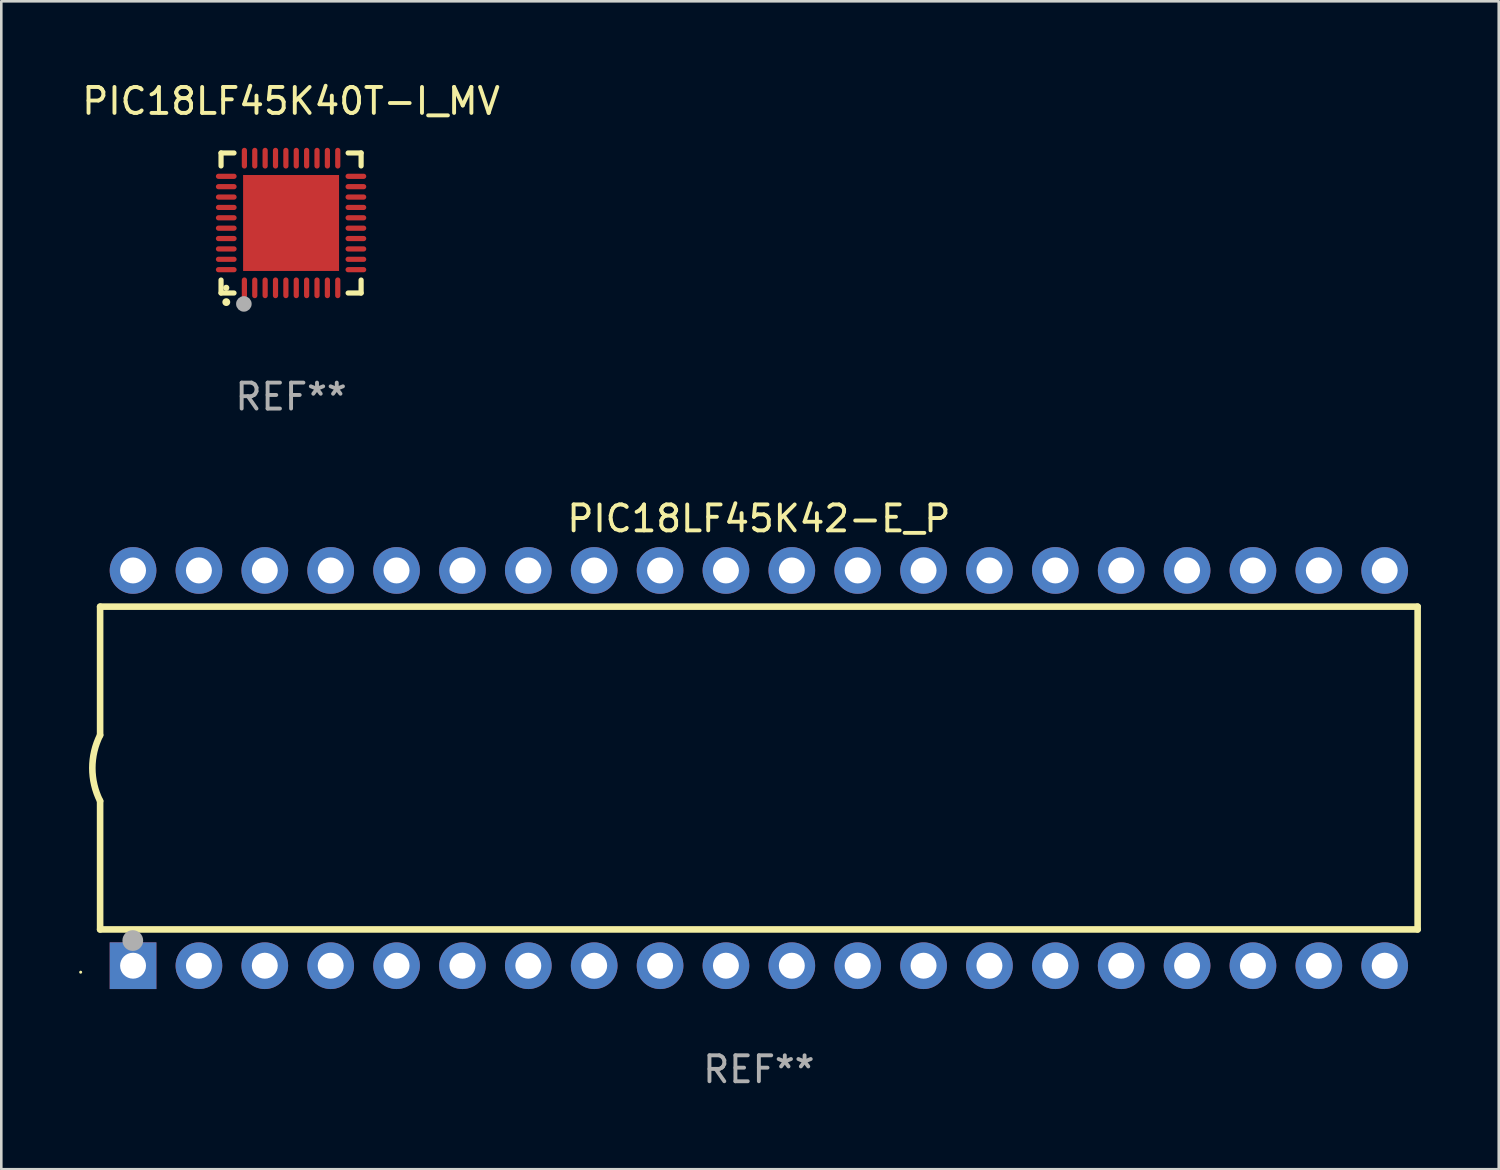
<source format=kicad_pcb>
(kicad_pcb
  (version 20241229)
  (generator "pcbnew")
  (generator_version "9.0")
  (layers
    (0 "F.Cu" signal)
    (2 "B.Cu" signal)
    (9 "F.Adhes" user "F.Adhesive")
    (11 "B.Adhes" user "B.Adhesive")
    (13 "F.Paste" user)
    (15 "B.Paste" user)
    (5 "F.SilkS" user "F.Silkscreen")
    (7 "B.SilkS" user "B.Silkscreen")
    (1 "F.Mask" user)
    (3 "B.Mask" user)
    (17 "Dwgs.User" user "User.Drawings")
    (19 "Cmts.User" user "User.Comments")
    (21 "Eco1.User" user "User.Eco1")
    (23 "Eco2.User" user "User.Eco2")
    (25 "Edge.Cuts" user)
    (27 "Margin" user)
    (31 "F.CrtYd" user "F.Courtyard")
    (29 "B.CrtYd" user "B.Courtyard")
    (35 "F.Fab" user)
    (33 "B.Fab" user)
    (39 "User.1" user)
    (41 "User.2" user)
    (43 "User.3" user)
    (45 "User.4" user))
  (footprint "PIC18LF45K42-E_P"
    (layer "F.Cu")
    (at 26.21 26.565)
    (property "Reference" "PIC18LF45K42-E_P" (at 0 -9.62 0) (layer "F.SilkS") (effects (font (size 1 1) (thickness 0.15))))
    (attr through_hole)
    (fp_line (start -25.4 -6.224) (end -25.4 -1.271) (stroke (width 0.254) (type solid)) (layer "F.SilkS"))
    (fp_line (start -25.4 -6.224) (end 25.4 -6.224) (stroke (width 0.254) (type solid)) (layer "F.SilkS"))
    (fp_line (start -25.4 1.269) (end -25.4 6.222) (stroke (width 0.254) (type solid)) (layer "F.SilkS"))
    (fp_line (start -25.4 6.222) (end 25.4 6.222) (stroke (width 0.254) (type solid)) (layer "F.SilkS"))
    (fp_line (start 25.4 6.222) (end 25.4 -6.224) (stroke (width 0.254) (type solid)) (layer "F.SilkS"))
    (fp_arc (start -25.4 1.269241) (mid -25.699807 -0.000762) (end -25.4 -1.270765) (stroke (width 0.254001) (type solid)) (layer "F.SilkS"))
    (fp_circle (center -26.15 7.87) (end -26.12 7.87) (stroke (width 0.06) (type solid)) (fill no) (layer "F.SilkS"))
    (fp_circle (center -24.14 6.65) (end -23.94 6.65) (stroke (width 0.4) (type solid)) (fill no) (layer "F.Fab"))
    (fp_text user "REF**" (at 0 11.62 0) (layer "F.Fab") (effects (font (size 1 1) (thickness 0.15))))
    (pad "1" thru_hole rect (at -24.13 7.62 90) (size 1.8 1.8) (drill 1) (layers "*.Cu" "*.Mask"))
    (pad "2" thru_hole circle (at -21.59 7.62) (size 1.8 1.8) (drill 1) (layers "*.Cu" "*.Mask"))
    (pad "3" thru_hole circle (at -19.05 7.62) (size 1.8 1.8) (drill 1) (layers "*.Cu" "*.Mask"))
    (pad "4" thru_hole circle (at -16.51 7.62) (size 1.8 1.8) (drill 1) (layers "*.Cu" "*.Mask"))
    (pad "5" thru_hole circle (at -13.97 7.62) (size 1.8 1.8) (drill 1) (layers "*.Cu" "*.Mask"))
    (pad "6" thru_hole circle (at -11.43 7.62) (size 1.8 1.8) (drill 1) (layers "*.Cu" "*.Mask"))
    (pad "7" thru_hole circle (at -8.89 7.62) (size 1.8 1.8) (drill 1) (layers "*.Cu" "*.Mask"))
    (pad "8" thru_hole circle (at -6.35 7.62) (size 1.8 1.8) (drill 1) (layers "*.Cu" "*.Mask"))
    (pad "9" thru_hole circle (at -3.81 7.62) (size 1.8 1.8) (drill 1) (layers "*.Cu" "*.Mask"))
    (pad "10" thru_hole circle (at -1.27 7.62) (size 1.8 1.8) (drill 1) (layers "*.Cu" "*.Mask"))
    (pad "11" thru_hole circle (at 1.27 7.62) (size 1.8 1.8) (drill 1) (layers "*.Cu" "*.Mask"))
    (pad "12" thru_hole circle (at 3.81 7.62) (size 1.8 1.8) (drill 1) (layers "*.Cu" "*.Mask"))
    (pad "13" thru_hole circle (at 6.35 7.62) (size 1.8 1.8) (drill 1) (layers "*.Cu" "*.Mask"))
    (pad "14" thru_hole circle (at 8.89 7.62) (size 1.8 1.8) (drill 1) (layers "*.Cu" "*.Mask"))
    (pad "15" thru_hole circle (at 11.43 7.62) (size 1.8 1.8) (drill 1) (layers "*.Cu" "*.Mask"))
    (pad "16" thru_hole circle (at 13.97 7.62) (size 1.8 1.8) (drill 1) (layers "*.Cu" "*.Mask"))
    (pad "17" thru_hole circle (at 16.51 7.62) (size 1.8 1.8) (drill 1) (layers "*.Cu" "*.Mask"))
    (pad "18" thru_hole circle (at 19.05 7.62) (size 1.8 1.8) (drill 1) (layers "*.Cu" "*.Mask"))
    (pad "19" thru_hole circle (at 21.59 7.62) (size 1.8 1.8) (drill 1) (layers "*.Cu" "*.Mask"))
    (pad "20" thru_hole circle (at 24.13 7.62) (size 1.8 1.8) (drill 1) (layers "*.Cu" "*.Mask"))
    (pad "21" thru_hole circle (at 24.13 -7.62) (size 1.8 1.8) (drill 1) (layers "*.Cu" "*.Mask"))
    (pad "22" thru_hole circle (at 21.59 -7.62) (size 1.8 1.8) (drill 1) (layers "*.Cu" "*.Mask"))
    (pad "23" thru_hole circle (at 19.05 -7.62) (size 1.8 1.8) (drill 1) (layers "*.Cu" "*.Mask"))
    (pad "24" thru_hole circle (at 16.51 -7.62) (size 1.8 1.8) (drill 1) (layers "*.Cu" "*.Mask"))
    (pad "25" thru_hole circle (at 13.97 -7.62) (size 1.8 1.8) (drill 1) (layers "*.Cu" "*.Mask"))
    (pad "26" thru_hole circle (at 11.43 -7.62) (size 1.8 1.8) (drill 1) (layers "*.Cu" "*.Mask"))
    (pad "27" thru_hole circle (at 8.89 -7.62) (size 1.8 1.8) (drill 1) (layers "*.Cu" "*.Mask"))
    (pad "28" thru_hole circle (at 6.35 -7.62) (size 1.8 1.8) (drill 1) (layers "*.Cu" "*.Mask"))
    (pad "29" thru_hole circle (at 3.81 -7.62) (size 1.8 1.8) (drill 1) (layers "*.Cu" "*.Mask"))
    (pad "30" thru_hole circle (at 1.27 -7.62) (size 1.8 1.8) (drill 1) (layers "*.Cu" "*.Mask"))
    (pad "31" thru_hole circle (at -1.27 -7.62) (size 1.8 1.8) (drill 1) (layers "*.Cu" "*.Mask"))
    (pad "32" thru_hole circle (at -3.81 -7.62) (size 1.8 1.8) (drill 1) (layers "*.Cu" "*.Mask"))
    (pad "33" thru_hole circle (at -6.35 -7.62) (size 1.8 1.8) (drill 1) (layers "*.Cu" "*.Mask"))
    (pad "34" thru_hole circle (at -8.89 -7.62) (size 1.8 1.8) (drill 1) (layers "*.Cu" "*.Mask"))
    (pad "35" thru_hole circle (at -11.43 -7.62) (size 1.8 1.8) (drill 1) (layers "*.Cu" "*.Mask"))
    (pad "36" thru_hole circle (at -13.97 -7.62) (size 1.8 1.8) (drill 1) (layers "*.Cu" "*.Mask"))
    (pad "37" thru_hole circle (at -16.51 -7.62) (size 1.8 1.8) (drill 1) (layers "*.Cu" "*.Mask"))
    (pad "38" thru_hole circle (at -19.05 -7.62) (size 1.8 1.8) (drill 1) (layers "*.Cu" "*.Mask"))
    (pad "39" thru_hole circle (at -21.59 -7.62) (size 1.8 1.8) (drill 1) (layers "*.Cu" "*.Mask"))
    (pad "40" thru_hole circle (at -24.13 -7.62) (size 1.8 1.8) (drill 1) (layers "*.Cu" "*.Mask")))
  (footprint "PIC18LF45K40T-I_MV"
    (layer "F.Cu")
    (at 8.173 5.548)
    (property "Reference" "PIC18LF45K40T-I_MV" (at 0 -4.7 0) (layer "F.SilkS") (effects (font (size 1 1) (thickness 0.15))))
    (attr through_hole)
    (fp_line (start -2.7 -2.7) (end -2.7 -2.2) (stroke (width 0.2) (type solid)) (layer "F.SilkS"))
    (fp_line (start -2.7 2.7) (end -2.7 2.2) (stroke (width 0.2) (type solid)) (layer "F.SilkS"))
    (fp_line (start -2.2 -2.7) (end -2.7 -2.7) (stroke (width 0.2) (type solid)) (layer "F.SilkS"))
    (fp_line (start -2.2 2.7) (end -2.7 2.7) (stroke (width 0.2) (type solid)) (layer "F.SilkS"))
    (fp_line (start 2.7 -2.7) (end 2.2 -2.7) (stroke (width 0.2) (type solid)) (layer "F.SilkS"))
    (fp_line (start 2.7 -2.2) (end 2.7 -2.7) (stroke (width 0.2) (type solid)) (layer "F.SilkS"))
    (fp_line (start 2.7 2.2) (end 2.7 2.7) (stroke (width 0.2) (type solid)) (layer "F.SilkS"))
    (fp_line (start 2.7 2.7) (end 2.2 2.7) (stroke (width 0.2) (type solid)) (layer "F.SilkS"))
    (fp_arc (start -2.499365 3.050546) (mid -2.498095 3.050541) (end -2.496825 3.050546) (stroke (width 0.3) (type solid)) (layer "F.SilkS"))
    (fp_circle (center -2.5 2.5) (end -2.44 2.5) (stroke (width 0.12) (type solid)) (fill no) (layer "F.SilkS"))
    (fp_circle (center -1.82 3.12) (end -1.67 3.12) (stroke (width 0.3) (type solid)) (fill no) (layer "F.Fab"))
    (fp_text user "REF**" (at 0 6.7 0) (layer "F.Fab") (effects (font (size 1 1) (thickness 0.15))))
    (pad "1" smd oval (at -1.8 2.499) (size 0.2 0.8) (layers "F.Cu" "F.Mask" "F.Paste"))
    (pad "2" smd oval (at -1.4 2.499) (size 0.2 0.8) (layers "F.Cu" "F.Mask" "F.Paste"))
    (pad "3" smd oval (at -1 2.499) (size 0.2 0.8) (layers "F.Cu" "F.Mask" "F.Paste"))
    (pad "4" smd oval (at -0.6 2.499) (size 0.2 0.8) (layers "F.Cu" "F.Mask" "F.Paste"))
    (pad "5" smd oval (at -0.2 2.499) (size 0.2 0.8) (layers "F.Cu" "F.Mask" "F.Paste"))
    (pad "6" smd oval (at 0.2 2.499) (size 0.2 0.8) (layers "F.Cu" "F.Mask" "F.Paste"))
    (pad "7" smd oval (at 0.6 2.499) (size 0.2 0.8) (layers "F.Cu" "F.Mask" "F.Paste"))
    (pad "8" smd oval (at 1 2.499) (size 0.2 0.8) (layers "F.Cu" "F.Mask" "F.Paste"))
    (pad "9" smd oval (at 1.4 2.499) (size 0.2 0.8) (layers "F.Cu" "F.Mask" "F.Paste"))
    (pad "10" smd oval (at 1.8 2.499) (size 0.2 0.8) (layers "F.Cu" "F.Mask" "F.Paste"))
    (pad "11" smd oval (at 2.499 1.8) (size 0.8 0.2) (layers "F.Cu" "F.Mask" "F.Paste"))
    (pad "12" smd oval (at 2.499 1.4) (size 0.8 0.2) (layers "F.Cu" "F.Mask" "F.Paste"))
    (pad "13" smd oval (at 2.499 1) (size 0.8 0.2) (layers "F.Cu" "F.Mask" "F.Paste"))
    (pad "14" smd oval (at 2.499 0.6) (size 0.8 0.2) (layers "F.Cu" "F.Mask" "F.Paste"))
    (pad "15" smd oval (at 2.499 0.2) (size 0.8 0.2) (layers "F.Cu" "F.Mask" "F.Paste"))
    (pad "16" smd oval (at 2.499 -0.2) (size 0.8 0.2) (layers "F.Cu" "F.Mask" "F.Paste"))
    (pad "17" smd oval (at 2.499 -0.6) (size 0.8 0.2) (layers "F.Cu" "F.Mask" "F.Paste"))
    (pad "18" smd oval (at 2.499 -1) (size 0.8 0.2) (layers "F.Cu" "F.Mask" "F.Paste"))
    (pad "19" smd oval (at 2.499 -1.4) (size 0.8 0.2) (layers "F.Cu" "F.Mask" "F.Paste"))
    (pad "20" smd oval (at 2.499 -1.8) (size 0.8 0.2) (layers "F.Cu" "F.Mask" "F.Paste"))
    (pad "21" smd oval (at 1.8 -2.499) (size 0.2 0.8) (layers "F.Cu" "F.Mask" "F.Paste"))
    (pad "22" smd oval (at 1.4 -2.499) (size 0.2 0.8) (layers "F.Cu" "F.Mask" "F.Paste"))
    (pad "23" smd oval (at 1 -2.499) (size 0.2 0.8) (layers "F.Cu" "F.Mask" "F.Paste"))
    (pad "24" smd oval (at 0.6 -2.499) (size 0.2 0.8) (layers "F.Cu" "F.Mask" "F.Paste"))
    (pad "25" smd oval (at 0.2 -2.499) (size 0.2 0.8) (layers "F.Cu" "F.Mask" "F.Paste"))
    (pad "26" smd oval (at -0.2 -2.499) (size 0.2 0.8) (layers "F.Cu" "F.Mask" "F.Paste"))
    (pad "27" smd oval (at -0.6 -2.499) (size 0.2 0.8) (layers "F.Cu" "F.Mask" "F.Paste"))
    (pad "28" smd oval (at -1 -2.499) (size 0.2 0.8) (layers "F.Cu" "F.Mask" "F.Paste"))
    (pad "29" smd oval (at -1.4 -2.499) (size 0.2 0.8) (layers "F.Cu" "F.Mask" "F.Paste"))
    (pad "30" smd oval (at -1.8 -2.499) (size 0.2 0.8) (layers "F.Cu" "F.Mask" "F.Paste"))
    (pad "31" smd oval (at -2.499 -1.8) (size 0.8 0.2) (layers "F.Cu" "F.Mask" "F.Paste"))
    (pad "32" smd oval (at -2.499 -1.4) (size 0.8 0.2) (layers "F.Cu" "F.Mask" "F.Paste"))
    (pad "33" smd oval (at -2.499 -1) (size 0.8 0.2) (layers "F.Cu" "F.Mask" "F.Paste"))
    (pad "34" smd oval (at -2.499 -0.6) (size 0.8 0.2) (layers "F.Cu" "F.Mask" "F.Paste"))
    (pad "35" smd oval (at -2.499 -0.2) (size 0.8 0.2) (layers "F.Cu" "F.Mask" "F.Paste"))
    (pad "36" smd oval (at -2.499 0.2) (size 0.8 0.2) (layers "F.Cu" "F.Mask" "F.Paste"))
    (pad "37" smd oval (at -2.499 0.6) (size 0.8 0.2) (layers "F.Cu" "F.Mask" "F.Paste"))
    (pad "38" smd oval (at -2.499 1) (size 0.8 0.2) (layers "F.Cu" "F.Mask" "F.Paste"))
    (pad "39" smd oval (at -2.499 1.4) (size 0.8 0.2) (layers "F.Cu" "F.Mask" "F.Paste"))
    (pad "40" smd oval (at -2.499 1.8) (size 0.8 0.2) (layers "F.Cu" "F.Mask" "F.Paste"))
    (pad "41" smd rect (at 0 0) (size 3.7 3.7) (layers "F.Cu" "F.Mask" "F.Paste")))
  (gr_rect
    (start -3 -3)
    (end 54.737 42.033)
    (stroke (width 0.1) (type default))
    (fill no)
    (layer "Edge.Cuts")))
</source>
